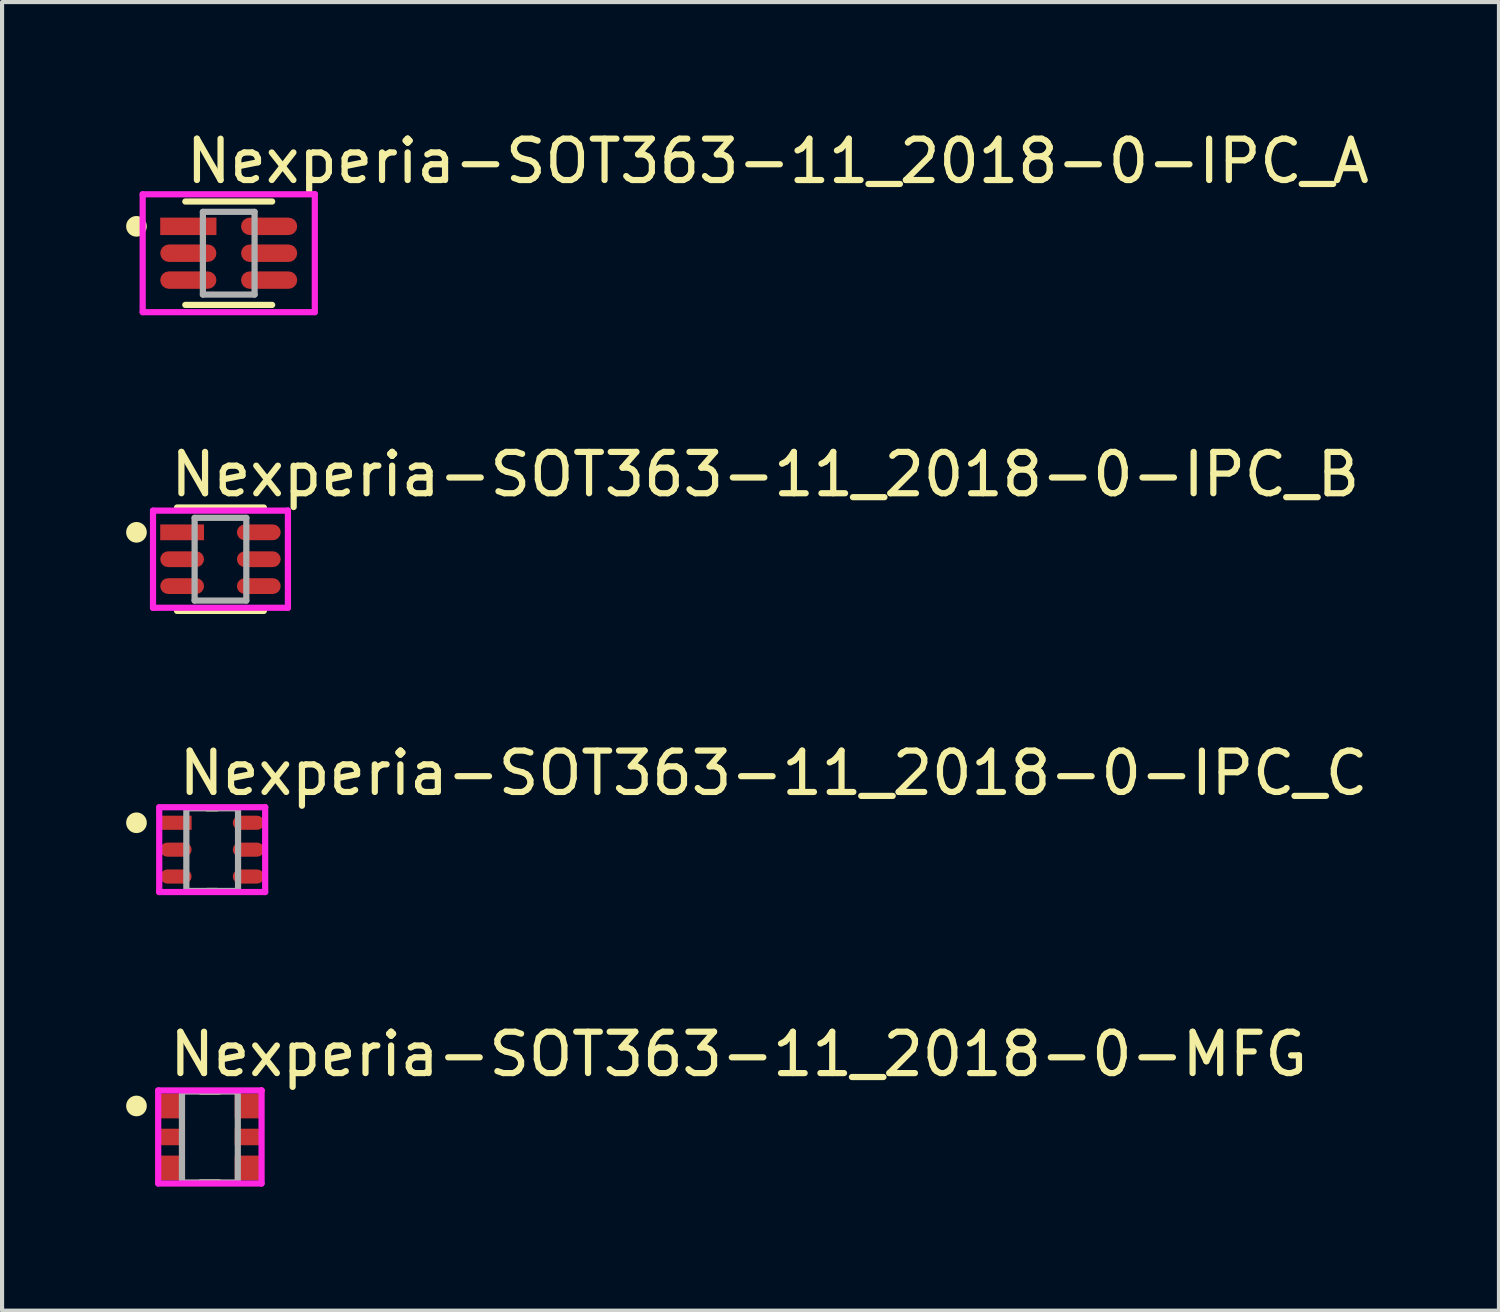
<source format=kicad_pcb>
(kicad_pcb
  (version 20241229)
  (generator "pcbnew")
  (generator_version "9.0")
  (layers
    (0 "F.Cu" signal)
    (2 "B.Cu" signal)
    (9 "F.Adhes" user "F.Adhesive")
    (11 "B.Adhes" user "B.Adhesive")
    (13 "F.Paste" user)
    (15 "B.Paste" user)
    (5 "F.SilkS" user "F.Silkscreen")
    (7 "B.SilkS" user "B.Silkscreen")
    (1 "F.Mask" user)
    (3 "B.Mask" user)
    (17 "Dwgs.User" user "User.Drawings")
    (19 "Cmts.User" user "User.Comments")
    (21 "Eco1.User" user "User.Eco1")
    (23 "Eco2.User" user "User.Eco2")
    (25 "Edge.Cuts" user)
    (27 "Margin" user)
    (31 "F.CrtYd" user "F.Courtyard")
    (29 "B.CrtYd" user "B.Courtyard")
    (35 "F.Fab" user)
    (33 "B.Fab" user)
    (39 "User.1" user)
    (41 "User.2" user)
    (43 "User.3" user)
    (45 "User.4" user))
  (footprint "Nexperia-SOT363-11_2018-0-IPC_A"
    (layer "F.Cu")
    (at 2.481 3.073)
    (property "Reference" "Nexperia-SOT363-11_2018-0-IPC_A" (at -1.106 -2.225 0) (layer "F.SilkS") (effects (font (size 1 1) (thickness 0.15)) (justify left)))
    (attr through_hole)
    (fp_line (start -1.05 -1.25) (end 1.05 -1.25) (stroke (width 0.15) (type solid)) (layer "F.SilkS"))
    (fp_line (start -1.05 1.25) (end 1.05 1.25) (stroke (width 0.15) (type solid)) (layer "F.SilkS"))
    (fp_circle (center -2.231 -0.65) (end -2.106 -0.65) (stroke (width 0.25) (type solid)) (fill no) (layer "F.SilkS"))
    (fp_line (start -2.081 -1.425) (end -2.081 1.425) (stroke (width 0.15) (type solid)) (layer "F.CrtYd"))
    (fp_line (start -2.081 1.425) (end 2.081 1.425) (stroke (width 0.15) (type solid)) (layer "F.CrtYd"))
    (fp_line (start 2.081 -1.425) (end -2.081 -1.425) (stroke (width 0.15) (type solid)) (layer "F.CrtYd"))
    (fp_line (start 2.081 -1.425) (end 2.081 -1.425) (stroke (width 0.15) (type solid)) (layer "F.CrtYd"))
    (fp_line (start 2.081 1.425) (end 2.081 -1.425) (stroke (width 0.15) (type solid)) (layer "F.CrtYd"))
    (fp_line (start -0.625 -1) (end 0.625 -1) (stroke (width 0.15) (type solid)) (layer "F.Fab"))
    (fp_line (start -0.625 1) (end -0.625 -1) (stroke (width 0.15) (type solid)) (layer "F.Fab"))
    (fp_line (start 0.625 -1) (end 0.625 1) (stroke (width 0.15) (type solid)) (layer "F.Fab"))
    (fp_line (start 0.625 1) (end -0.625 1) (stroke (width 0.15) (type solid)) (layer "F.Fab"))
    (pad "1" smd rect (at -0.977 -0.65) (size 1.359 0.422) (layers "F.Cu" "F.Mask" "F.Paste"))
    (pad "2" smd roundrect (at -0.977 0) (size 1.359 0.422) (layers "F.Cu" "F.Mask" "F.Paste") (roundrect_rratio 0.5))
    (pad "3" smd roundrect (at -0.977 0.65) (size 1.359 0.422) (layers "F.Cu" "F.Mask" "F.Paste") (roundrect_rratio 0.5))
    (pad "4" smd roundrect (at 0.977 0.65) (size 1.359 0.422) (layers "F.Cu" "F.Mask" "F.Paste") (roundrect_rratio 0.5))
    (pad "5" smd roundrect (at 0.977 0) (size 1.359 0.422) (layers "F.Cu" "F.Mask" "F.Paste") (roundrect_rratio 0.5))
    (pad "6" smd roundrect (at 0.977 -0.65) (size 1.359 0.422) (layers "F.Cu" "F.Mask" "F.Paste") (roundrect_rratio 0.5)))
  (footprint "Nexperia-SOT363-11_2018-0-MFG"
    (layer "F.Cu")
    (at 2.025 24.443)
    (property "Reference" "Nexperia-SOT363-11_2018-0-MFG" (at -1.05 -2 0) (layer "F.SilkS") (effects (font (size 1 1) (thickness 0.15)) (justify left)))
    (attr through_hole)
    (fp_line (start -0.225 -1.1) (end 0.225 -1.1) (stroke (width 0.15) (type solid)) (layer "F.SilkS"))
    (fp_line (start -0.225 1.1) (end 0.225 1.1) (stroke (width 0.15) (type solid)) (layer "F.SilkS"))
    (fp_circle (center -1.775 -0.75) (end -1.65 -0.75) (stroke (width 0.25) (type solid)) (fill no) (layer "F.SilkS"))
    (fp_line (start -1.25 -1.125) (end -1.25 1.125) (stroke (width 0.15) (type solid)) (layer "F.CrtYd"))
    (fp_line (start -1.25 1.125) (end 1.25 1.125) (stroke (width 0.15) (type solid)) (layer "F.CrtYd"))
    (fp_line (start 1.25 -1.125) (end -1.25 -1.125) (stroke (width 0.15) (type solid)) (layer "F.CrtYd"))
    (fp_line (start 1.25 -1.125) (end 1.25 -1.125) (stroke (width 0.15) (type solid)) (layer "F.CrtYd"))
    (fp_line (start 1.25 1.125) (end 1.25 -1.125) (stroke (width 0.15) (type solid)) (layer "F.CrtYd"))
    (fp_line (start -0.675 -1.1) (end 0.675 -1.1) (stroke (width 0.15) (type solid)) (layer "F.Fab"))
    (fp_line (start -0.675 1.1) (end -0.675 -1.1) (stroke (width 0.15) (type solid)) (layer "F.Fab"))
    (fp_line (start 0.675 -1.1) (end 0.675 1.1) (stroke (width 0.15) (type solid)) (layer "F.Fab"))
    (fp_line (start 0.675 1.1) (end -0.675 1.1) (stroke (width 0.15) (type solid)) (layer "F.Fab"))
    (pad "" smd rect (at -0.9 -0.75) (size 0.5 0.5) (layers "F.Paste"))
    (pad "" smd rect (at -0.9 0.75) (size 0.5 0.5) (layers "F.Paste"))
    (pad "" smd rect (at 0.9 -0.75) (size 0.5 0.5) (layers "F.Paste"))
    (pad "" smd rect (at 0.9 0.75) (size 0.5 0.5) (layers "F.Paste"))
    (pad "1" smd rect (at -0.9 -0.75) (size 0.6 0.6) (layers "F.Cu" "F.Mask"))
    (pad "2" smd rect (at -0.9 0) (size 0.6 0.4) (layers "F.Cu" "F.Mask" "F.Paste"))
    (pad "3" smd rect (at -0.9 0.75) (size 0.6 0.6) (layers "F.Cu" "F.Mask"))
    (pad "4" smd rect (at 0.9 0.75) (size 0.6 0.6) (layers "F.Cu" "F.Mask"))
    (pad "5" smd rect (at 0.9 0) (size 0.6 0.4) (layers "F.Cu" "F.Mask" "F.Paste"))
    (pad "6" smd rect (at 0.9 -0.75) (size 0.6 0.6) (layers "F.Cu" "F.Mask")))
  (footprint "Nexperia-SOT363-11_2018-0-IPC_B"
    (layer "F.Cu")
    (at 2.281 10.472)
    (property "Reference" "Nexperia-SOT363-11_2018-0-IPC_B" (at -1.281 -2.05 0) (layer "F.SilkS") (effects (font (size 1 1) (thickness 0.15)) (justify left)))
    (attr through_hole)
    (fp_line (start -1.05 -1.25) (end 1.05 -1.25) (stroke (width 0.15) (type solid)) (layer "F.SilkS"))
    (fp_line (start -1.05 1.25) (end 1.05 1.25) (stroke (width 0.15) (type solid)) (layer "F.SilkS"))
    (fp_circle (center -2.031 -0.65) (end -1.906 -0.65) (stroke (width 0.25) (type solid)) (fill no) (layer "F.SilkS"))
    (fp_line (start -1.631 -1.175) (end -1.631 1.175) (stroke (width 0.15) (type solid)) (layer "F.CrtYd"))
    (fp_line (start -1.631 1.175) (end 1.631 1.175) (stroke (width 0.15) (type solid)) (layer "F.CrtYd"))
    (fp_line (start 1.631 -1.175) (end -1.631 -1.175) (stroke (width 0.15) (type solid)) (layer "F.CrtYd"))
    (fp_line (start 1.631 -1.175) (end 1.631 -1.175) (stroke (width 0.15) (type solid)) (layer "F.CrtYd"))
    (fp_line (start 1.631 1.175) (end 1.631 -1.175) (stroke (width 0.15) (type solid)) (layer "F.CrtYd"))
    (fp_line (start -0.625 -1) (end 0.625 -1) (stroke (width 0.15) (type solid)) (layer "F.Fab"))
    (fp_line (start -0.625 1) (end -0.625 -1) (stroke (width 0.15) (type solid)) (layer "F.Fab"))
    (fp_line (start 0.625 -1) (end 0.625 1) (stroke (width 0.15) (type solid)) (layer "F.Fab"))
    (fp_line (start 0.625 1) (end -0.625 1) (stroke (width 0.15) (type solid)) (layer "F.Fab"))
    (pad "1" smd rect (at -0.927 -0.65) (size 1.059 0.382) (layers "F.Cu" "F.Mask" "F.Paste"))
    (pad "2" smd roundrect (at -0.927 0) (size 1.059 0.382) (layers "F.Cu" "F.Mask" "F.Paste") (roundrect_rratio 0.5))
    (pad "3" smd roundrect (at -0.927 0.65) (size 1.059 0.382) (layers "F.Cu" "F.Mask" "F.Paste") (roundrect_rratio 0.5))
    (pad "4" smd roundrect (at 0.927 0.65) (size 1.059 0.382) (layers "F.Cu" "F.Mask" "F.Paste") (roundrect_rratio 0.5))
    (pad "5" smd roundrect (at 0.927 0) (size 1.059 0.382) (layers "F.Cu" "F.Mask" "F.Paste") (roundrect_rratio 0.5))
    (pad "6" smd roundrect (at 0.927 -0.65) (size 1.059 0.382) (layers "F.Cu" "F.Mask" "F.Paste") (roundrect_rratio 0.5)))
  (footprint "Nexperia-SOT363-11_2018-0-IPC_C"
    (layer "F.Cu")
    (at 2.081 17.495)
    (property "Reference" "Nexperia-SOT363-11_2018-0-IPC_C" (at -0.881 -1.85 0) (layer "F.SilkS") (effects (font (size 1 1) (thickness 0.15)) (justify left)))
    (attr through_hole)
    (fp_line (start -0.122 -1) (end 0.122 -1) (stroke (width 0.15) (type solid)) (layer "F.SilkS"))
    (fp_line (start -0.122 1) (end 0.122 1) (stroke (width 0.15) (type solid)) (layer "F.SilkS"))
    (fp_circle (center -1.831 -0.65) (end -1.706 -0.65) (stroke (width 0.25) (type solid)) (fill no) (layer "F.SilkS"))
    (fp_line (start -1.281 -1.025) (end -1.281 1.025) (stroke (width 0.15) (type solid)) (layer "F.CrtYd"))
    (fp_line (start -1.281 1.025) (end 1.281 1.025) (stroke (width 0.15) (type solid)) (layer "F.CrtYd"))
    (fp_line (start 1.281 -1.025) (end -1.281 -1.025) (stroke (width 0.15) (type solid)) (layer "F.CrtYd"))
    (fp_line (start 1.281 -1.025) (end 1.281 -1.025) (stroke (width 0.15) (type solid)) (layer "F.CrtYd"))
    (fp_line (start 1.281 1.025) (end 1.281 -1.025) (stroke (width 0.15) (type solid)) (layer "F.CrtYd"))
    (fp_line (start -0.625 -1) (end 0.625 -1) (stroke (width 0.15) (type solid)) (layer "F.Fab"))
    (fp_line (start -0.625 1) (end -0.625 -1) (stroke (width 0.15) (type solid)) (layer "F.Fab"))
    (fp_line (start 0.625 -1) (end 0.625 1) (stroke (width 0.15) (type solid)) (layer "F.Fab"))
    (fp_line (start 0.625 1) (end -0.625 1) (stroke (width 0.15) (type solid)) (layer "F.Fab"))
    (pad "1" smd rect (at -0.877 -0.65) (size 0.759 0.342) (layers "F.Cu" "F.Mask" "F.Paste"))
    (pad "2" smd roundrect (at -0.877 0) (size 0.759 0.342) (layers "F.Cu" "F.Mask" "F.Paste") (roundrect_rratio 0.5))
    (pad "3" smd roundrect (at -0.877 0.65) (size 0.759 0.342) (layers "F.Cu" "F.Mask" "F.Paste") (roundrect_rratio 0.5))
    (pad "4" smd roundrect (at 0.877 0.65) (size 0.759 0.342) (layers "F.Cu" "F.Mask" "F.Paste") (roundrect_rratio 0.5))
    (pad "5" smd roundrect (at 0.877 0) (size 0.759 0.342) (layers "F.Cu" "F.Mask" "F.Paste") (roundrect_rratio 0.5))
    (pad "6" smd roundrect (at 0.877 -0.65) (size 0.759 0.342) (layers "F.Cu" "F.Mask" "F.Paste") (roundrect_rratio 0.5)))
  (gr_rect
    (start -3 -3)
    (end 33.196 28.643)
    (stroke (width 0.1) (type default))
    (fill no)
    (layer "Edge.Cuts")))
</source>
